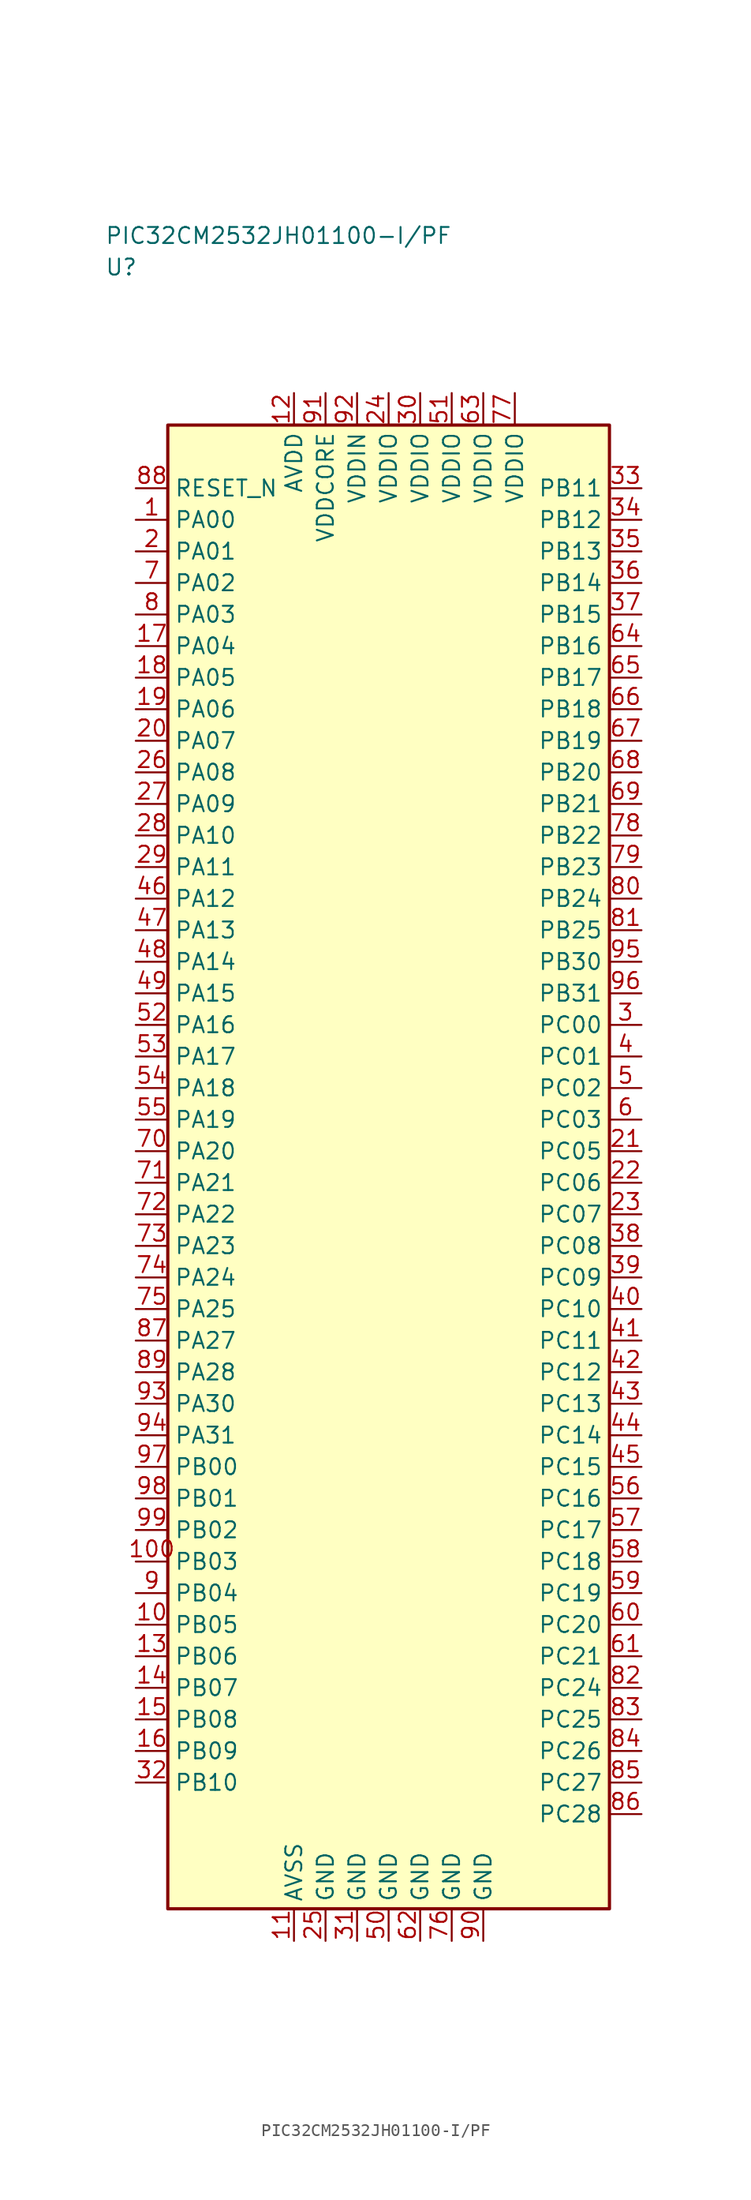
<source format=kicad_sym>
(kicad_symbol_lib
  (version 20241025)
  (generator "kicad_symbol_editor")
  (generator_version "8.0")
  (symbol "PIC32CM2532JH01100-I/PF"
    (property "Reference" "U"
      (at -22.5 71.25 0)
      (effects (font (size 1.27 1.27)) (justify left)))
    (property "Value" "PIC32CM2532JH01100-I/PF"
      (at -22.5 73.75 0)
      (effects (font (size 1.27 1.27)) (justify left)))
    (symbol "PIC32CM2532JH01100-I/PF_0_1"
      (rectangle (start -17.5 58.75) (end 17.5 -58.75) (stroke (width 0.254) (type default)) (fill (type background))))
    (symbol "PIC32CM2532JH01100-I/PF_1_1"
      (pin bidirectional line (at -20.04 51.25 0.0) (length 2.54) (name "PA00" (effects (font (size 1.27 1.27)))) (number "1" (effects (font (size 1.27 1.27)))))
      (pin bidirectional line (at -20.04 48.75 0.0) (length 2.54) (name "PA01" (effects (font (size 1.27 1.27)))) (number "2" (effects (font (size 1.27 1.27)))))
      (pin bidirectional line (at 20.04 11.25 180.0) (length 2.54) (name "PC00" (effects (font (size 1.27 1.27)))) (number "3" (effects (font (size 1.27 1.27)))))
      (pin bidirectional line (at 20.04 8.75 180.0) (length 2.54) (name "PC01" (effects (font (size 1.27 1.27)))) (number "4" (effects (font (size 1.27 1.27)))))
      (pin bidirectional line (at 20.04 6.25 180.0) (length 2.54) (name "PC02" (effects (font (size 1.27 1.27)))) (number "5" (effects (font (size 1.27 1.27)))))
      (pin bidirectional line (at 20.04 3.75 180.0) (length 2.54) (name "PC03" (effects (font (size 1.27 1.27)))) (number "6" (effects (font (size 1.27 1.27)))))
      (pin bidirectional line (at -20.04 46.25 0.0) (length 2.54) (name "PA02" (effects (font (size 1.27 1.27)))) (number "7" (effects (font (size 1.27 1.27)))))
      (pin bidirectional line (at -20.04 43.75 0.0) (length 2.54) (name "PA03" (effects (font (size 1.27 1.27)))) (number "8" (effects (font (size 1.27 1.27)))))
      (pin bidirectional line (at -20.04 -33.75 0.0) (length 2.54) (name "PB04" (effects (font (size 1.27 1.27)))) (number "9" (effects (font (size 1.27 1.27)))))
      (pin bidirectional line (at -20.04 -36.25 0.0) (length 2.54) (name "PB05" (effects (font (size 1.27 1.27)))) (number "10" (effects (font (size 1.27 1.27)))))
      (pin passive line (at -7.5 -61.29 90.0) (length 2.54) (name "AVSS" (effects (font (size 1.27 1.27)))) (number "11" (effects (font (size 1.27 1.27)))))
      (pin power_in line (at -7.5 61.29 270.0) (length 2.54) (name "AVDD" (effects (font (size 1.27 1.27)))) (number "12" (effects (font (size 1.27 1.27)))))
      (pin bidirectional line (at -20.04 -38.75 0.0) (length 2.54) (name "PB06" (effects (font (size 1.27 1.27)))) (number "13" (effects (font (size 1.27 1.27)))))
      (pin bidirectional line (at -20.04 -41.25 0.0) (length 2.54) (name "PB07" (effects (font (size 1.27 1.27)))) (number "14" (effects (font (size 1.27 1.27)))))
      (pin bidirectional line (at -20.04 -43.75 0.0) (length 2.54) (name "PB08" (effects (font (size 1.27 1.27)))) (number "15" (effects (font (size 1.27 1.27)))))
      (pin bidirectional line (at -20.04 -46.25 0.0) (length 2.54) (name "PB09" (effects (font (size 1.27 1.27)))) (number "16" (effects (font (size 1.27 1.27)))))
      (pin bidirectional line (at -20.04 41.25 0.0) (length 2.54) (name "PA04" (effects (font (size 1.27 1.27)))) (number "17" (effects (font (size 1.27 1.27)))))
      (pin bidirectional line (at -20.04 38.75 0.0) (length 2.54) (name "PA05" (effects (font (size 1.27 1.27)))) (number "18" (effects (font (size 1.27 1.27)))))
      (pin bidirectional line (at -20.04 36.25 0.0) (length 2.54) (name "PA06" (effects (font (size 1.27 1.27)))) (number "19" (effects (font (size 1.27 1.27)))))
      (pin bidirectional line (at -20.04 33.75 0.0) (length 2.54) (name "PA07" (effects (font (size 1.27 1.27)))) (number "20" (effects (font (size 1.27 1.27)))))
      (pin bidirectional line (at 20.04 1.25 180.0) (length 2.54) (name "PC05" (effects (font (size 1.27 1.27)))) (number "21" (effects (font (size 1.27 1.27)))))
      (pin bidirectional line (at 20.04 -1.25 180.0) (length 2.54) (name "PC06" (effects (font (size 1.27 1.27)))) (number "22" (effects (font (size 1.27 1.27)))))
      (pin bidirectional line (at 20.04 -3.75 180.0) (length 2.54) (name "PC07" (effects (font (size 1.27 1.27)))) (number "23" (effects (font (size 1.27 1.27)))))
      (pin power_in line (at 0.0 61.29 270.0) (length 2.54) (name "VDDIO" (effects (font (size 1.27 1.27)))) (number "24" (effects (font (size 1.27 1.27)))))
      (pin passive line (at -5.0 -61.29 90.0) (length 2.54) (name "GND" (effects (font (size 1.27 1.27)))) (number "25" (effects (font (size 1.27 1.27)))))
      (pin bidirectional line (at -20.04 31.25 0.0) (length 2.54) (name "PA08" (effects (font (size 1.27 1.27)))) (number "26" (effects (font (size 1.27 1.27)))))
      (pin bidirectional line (at -20.04 28.75 0.0) (length 2.54) (name "PA09" (effects (font (size 1.27 1.27)))) (number "27" (effects (font (size 1.27 1.27)))))
      (pin bidirectional line (at -20.04 26.25 0.0) (length 2.54) (name "PA10" (effects (font (size 1.27 1.27)))) (number "28" (effects (font (size 1.27 1.27)))))
      (pin bidirectional line (at -20.04 23.75 0.0) (length 2.54) (name "PA11" (effects (font (size 1.27 1.27)))) (number "29" (effects (font (size 1.27 1.27)))))
      (pin power_in line (at 2.5 61.29 270.0) (length 2.54) (name "VDDIO" (effects (font (size 1.27 1.27)))) (number "30" (effects (font (size 1.27 1.27)))))
      (pin passive line (at -2.5 -61.29 90.0) (length 2.54) (name "GND" (effects (font (size 1.27 1.27)))) (number "31" (effects (font (size 1.27 1.27)))))
      (pin bidirectional line (at -20.04 -48.75 0.0) (length 2.54) (name "PB10" (effects (font (size 1.27 1.27)))) (number "32" (effects (font (size 1.27 1.27)))))
      (pin bidirectional line (at 20.04 53.75 180.0) (length 2.54) (name "PB11" (effects (font (size 1.27 1.27)))) (number "33" (effects (font (size 1.27 1.27)))))
      (pin bidirectional line (at 20.04 51.25 180.0) (length 2.54) (name "PB12" (effects (font (size 1.27 1.27)))) (number "34" (effects (font (size 1.27 1.27)))))
      (pin bidirectional line (at 20.04 48.75 180.0) (length 2.54) (name "PB13" (effects (font (size 1.27 1.27)))) (number "35" (effects (font (size 1.27 1.27)))))
      (pin bidirectional line (at 20.04 46.25 180.0) (length 2.54) (name "PB14" (effects (font (size 1.27 1.27)))) (number "36" (effects (font (size 1.27 1.27)))))
      (pin bidirectional line (at 20.04 43.75 180.0) (length 2.54) (name "PB15" (effects (font (size 1.27 1.27)))) (number "37" (effects (font (size 1.27 1.27)))))
      (pin bidirectional line (at 20.04 -6.25 180.0) (length 2.54) (name "PC08" (effects (font (size 1.27 1.27)))) (number "38" (effects (font (size 1.27 1.27)))))
      (pin bidirectional line (at 20.04 -8.75 180.0) (length 2.54) (name "PC09" (effects (font (size 1.27 1.27)))) (number "39" (effects (font (size 1.27 1.27)))))
      (pin bidirectional line (at 20.04 -11.25 180.0) (length 2.54) (name "PC10" (effects (font (size 1.27 1.27)))) (number "40" (effects (font (size 1.27 1.27)))))
      (pin bidirectional line (at 20.04 -13.75 180.0) (length 2.54) (name "PC11" (effects (font (size 1.27 1.27)))) (number "41" (effects (font (size 1.27 1.27)))))
      (pin bidirectional line (at 20.04 -16.25 180.0) (length 2.54) (name "PC12" (effects (font (size 1.27 1.27)))) (number "42" (effects (font (size 1.27 1.27)))))
      (pin bidirectional line (at 20.04 -18.75 180.0) (length 2.54) (name "PC13" (effects (font (size 1.27 1.27)))) (number "43" (effects (font (size 1.27 1.27)))))
      (pin bidirectional line (at 20.04 -21.25 180.0) (length 2.54) (name "PC14" (effects (font (size 1.27 1.27)))) (number "44" (effects (font (size 1.27 1.27)))))
      (pin bidirectional line (at 20.04 -23.75 180.0) (length 2.54) (name "PC15" (effects (font (size 1.27 1.27)))) (number "45" (effects (font (size 1.27 1.27)))))
      (pin bidirectional line (at -20.04 21.25 0.0) (length 2.54) (name "PA12" (effects (font (size 1.27 1.27)))) (number "46" (effects (font (size 1.27 1.27)))))
      (pin bidirectional line (at -20.04 18.75 0.0) (length 2.54) (name "PA13" (effects (font (size 1.27 1.27)))) (number "47" (effects (font (size 1.27 1.27)))))
      (pin bidirectional line (at -20.04 16.25 0.0) (length 2.54) (name "PA14" (effects (font (size 1.27 1.27)))) (number "48" (effects (font (size 1.27 1.27)))))
      (pin bidirectional line (at -20.04 13.75 0.0) (length 2.54) (name "PA15" (effects (font (size 1.27 1.27)))) (number "49" (effects (font (size 1.27 1.27)))))
      (pin passive line (at 0.0 -61.29 90.0) (length 2.54) (name "GND" (effects (font (size 1.27 1.27)))) (number "50" (effects (font (size 1.27 1.27)))))
      (pin power_in line (at 5.0 61.29 270.0) (length 2.54) (name "VDDIO" (effects (font (size 1.27 1.27)))) (number "51" (effects (font (size 1.27 1.27)))))
      (pin bidirectional line (at -20.04 11.25 0.0) (length 2.54) (name "PA16" (effects (font (size 1.27 1.27)))) (number "52" (effects (font (size 1.27 1.27)))))
      (pin bidirectional line (at -20.04 8.75 0.0) (length 2.54) (name "PA17" (effects (font (size 1.27 1.27)))) (number "53" (effects (font (size 1.27 1.27)))))
      (pin bidirectional line (at -20.04 6.25 0.0) (length 2.54) (name "PA18" (effects (font (size 1.27 1.27)))) (number "54" (effects (font (size 1.27 1.27)))))
      (pin bidirectional line (at -20.04 3.75 0.0) (length 2.54) (name "PA19" (effects (font (size 1.27 1.27)))) (number "55" (effects (font (size 1.27 1.27)))))
      (pin bidirectional line (at 20.04 -26.25 180.0) (length 2.54) (name "PC16" (effects (font (size 1.27 1.27)))) (number "56" (effects (font (size 1.27 1.27)))))
      (pin bidirectional line (at 20.04 -28.75 180.0) (length 2.54) (name "PC17" (effects (font (size 1.27 1.27)))) (number "57" (effects (font (size 1.27 1.27)))))
      (pin bidirectional line (at 20.04 -31.25 180.0) (length 2.54) (name "PC18" (effects (font (size 1.27 1.27)))) (number "58" (effects (font (size 1.27 1.27)))))
      (pin bidirectional line (at 20.04 -33.75 180.0) (length 2.54) (name "PC19" (effects (font (size 1.27 1.27)))) (number "59" (effects (font (size 1.27 1.27)))))
      (pin bidirectional line (at 20.04 -36.25 180.0) (length 2.54) (name "PC20" (effects (font (size 1.27 1.27)))) (number "60" (effects (font (size 1.27 1.27)))))
      (pin bidirectional line (at 20.04 -38.75 180.0) (length 2.54) (name "PC21" (effects (font (size 1.27 1.27)))) (number "61" (effects (font (size 1.27 1.27)))))
      (pin passive line (at 2.5 -61.29 90.0) (length 2.54) (name "GND" (effects (font (size 1.27 1.27)))) (number "62" (effects (font (size 1.27 1.27)))))
      (pin power_in line (at 7.5 61.29 270.0) (length 2.54) (name "VDDIO" (effects (font (size 1.27 1.27)))) (number "63" (effects (font (size 1.27 1.27)))))
      (pin bidirectional line (at 20.04 41.25 180.0) (length 2.54) (name "PB16" (effects (font (size 1.27 1.27)))) (number "64" (effects (font (size 1.27 1.27)))))
      (pin bidirectional line (at 20.04 38.75 180.0) (length 2.54) (name "PB17" (effects (font (size 1.27 1.27)))) (number "65" (effects (font (size 1.27 1.27)))))
      (pin bidirectional line (at 20.04 36.25 180.0) (length 2.54) (name "PB18" (effects (font (size 1.27 1.27)))) (number "66" (effects (font (size 1.27 1.27)))))
      (pin bidirectional line (at 20.04 33.75 180.0) (length 2.54) (name "PB19" (effects (font (size 1.27 1.27)))) (number "67" (effects (font (size 1.27 1.27)))))
      (pin bidirectional line (at 20.04 31.25 180.0) (length 2.54) (name "PB20" (effects (font (size 1.27 1.27)))) (number "68" (effects (font (size 1.27 1.27)))))
      (pin bidirectional line (at 20.04 28.75 180.0) (length 2.54) (name "PB21" (effects (font (size 1.27 1.27)))) (number "69" (effects (font (size 1.27 1.27)))))
      (pin bidirectional line (at -20.04 1.25 0.0) (length 2.54) (name "PA20" (effects (font (size 1.27 1.27)))) (number "70" (effects (font (size 1.27 1.27)))))
      (pin bidirectional line (at -20.04 -1.25 0.0) (length 2.54) (name "PA21" (effects (font (size 1.27 1.27)))) (number "71" (effects (font (size 1.27 1.27)))))
      (pin bidirectional line (at -20.04 -3.75 0.0) (length 2.54) (name "PA22" (effects (font (size 1.27 1.27)))) (number "72" (effects (font (size 1.27 1.27)))))
      (pin bidirectional line (at -20.04 -6.25 0.0) (length 2.54) (name "PA23" (effects (font (size 1.27 1.27)))) (number "73" (effects (font (size 1.27 1.27)))))
      (pin bidirectional line (at -20.04 -8.75 0.0) (length 2.54) (name "PA24" (effects (font (size 1.27 1.27)))) (number "74" (effects (font (size 1.27 1.27)))))
      (pin bidirectional line (at -20.04 -11.25 0.0) (length 2.54) (name "PA25" (effects (font (size 1.27 1.27)))) (number "75" (effects (font (size 1.27 1.27)))))
      (pin passive line (at 5.0 -61.29 90.0) (length 2.54) (name "GND" (effects (font (size 1.27 1.27)))) (number "76" (effects (font (size 1.27 1.27)))))
      (pin power_in line (at 10.0 61.29 270.0) (length 2.54) (name "VDDIO" (effects (font (size 1.27 1.27)))) (number "77" (effects (font (size 1.27 1.27)))))
      (pin bidirectional line (at 20.04 26.25 180.0) (length 2.54) (name "PB22" (effects (font (size 1.27 1.27)))) (number "78" (effects (font (size 1.27 1.27)))))
      (pin bidirectional line (at 20.04 23.75 180.0) (length 2.54) (name "PB23" (effects (font (size 1.27 1.27)))) (number "79" (effects (font (size 1.27 1.27)))))
      (pin bidirectional line (at 20.04 21.25 180.0) (length 2.54) (name "PB24" (effects (font (size 1.27 1.27)))) (number "80" (effects (font (size 1.27 1.27)))))
      (pin bidirectional line (at 20.04 18.75 180.0) (length 2.54) (name "PB25" (effects (font (size 1.27 1.27)))) (number "81" (effects (font (size 1.27 1.27)))))
      (pin bidirectional line (at 20.04 -41.25 180.0) (length 2.54) (name "PC24" (effects (font (size 1.27 1.27)))) (number "82" (effects (font (size 1.27 1.27)))))
      (pin bidirectional line (at 20.04 -43.75 180.0) (length 2.54) (name "PC25" (effects (font (size 1.27 1.27)))) (number "83" (effects (font (size 1.27 1.27)))))
      (pin bidirectional line (at 20.04 -46.25 180.0) (length 2.54) (name "PC26" (effects (font (size 1.27 1.27)))) (number "84" (effects (font (size 1.27 1.27)))))
      (pin bidirectional line (at 20.04 -48.75 180.0) (length 2.54) (name "PC27" (effects (font (size 1.27 1.27)))) (number "85" (effects (font (size 1.27 1.27)))))
      (pin bidirectional line (at 20.04 -51.25 180.0) (length 2.54) (name "PC28" (effects (font (size 1.27 1.27)))) (number "86" (effects (font (size 1.27 1.27)))))
      (pin bidirectional line (at -20.04 -13.75 0.0) (length 2.54) (name "PA27" (effects (font (size 1.27 1.27)))) (number "87" (effects (font (size 1.27 1.27)))))
      (pin input line (at -20.04 53.75 0.0) (length 2.54) (name "RESET_N" (effects (font (size 1.27 1.27)))) (number "88" (effects (font (size 1.27 1.27)))))
      (pin bidirectional line (at -20.04 -16.25 0.0) (length 2.54) (name "PA28" (effects (font (size 1.27 1.27)))) (number "89" (effects (font (size 1.27 1.27)))))
      (pin passive line (at 7.5 -61.29 90.0) (length 2.54) (name "GND" (effects (font (size 1.27 1.27)))) (number "90" (effects (font (size 1.27 1.27)))))
      (pin power_in line (at -5.0 61.29 270.0) (length 2.54) (name "VDDCORE" (effects (font (size 1.27 1.27)))) (number "91" (effects (font (size 1.27 1.27)))))
      (pin power_in line (at -2.5 61.29 270.0) (length 2.54) (name "VDDIN" (effects (font (size 1.27 1.27)))) (number "92" (effects (font (size 1.27 1.27)))))
      (pin bidirectional line (at -20.04 -18.75 0.0) (length 2.54) (name "PA30" (effects (font (size 1.27 1.27)))) (number "93" (effects (font (size 1.27 1.27)))))
      (pin bidirectional line (at -20.04 -21.25 0.0) (length 2.54) (name "PA31" (effects (font (size 1.27 1.27)))) (number "94" (effects (font (size 1.27 1.27)))))
      (pin bidirectional line (at 20.04 16.25 180.0) (length 2.54) (name "PB30" (effects (font (size 1.27 1.27)))) (number "95" (effects (font (size 1.27 1.27)))))
      (pin bidirectional line (at 20.04 13.75 180.0) (length 2.54) (name "PB31" (effects (font (size 1.27 1.27)))) (number "96" (effects (font (size 1.27 1.27)))))
      (pin bidirectional line (at -20.04 -23.75 0.0) (length 2.54) (name "PB00" (effects (font (size 1.27 1.27)))) (number "97" (effects (font (size 1.27 1.27)))))
      (pin bidirectional line (at -20.04 -26.25 0.0) (length 2.54) (name "PB01" (effects (font (size 1.27 1.27)))) (number "98" (effects (font (size 1.27 1.27)))))
      (pin bidirectional line (at -20.04 -28.75 0.0) (length 2.54) (name "PB02" (effects (font (size 1.27 1.27)))) (number "99" (effects (font (size 1.27 1.27)))))
      (pin bidirectional line (at -20.04 -31.25 0.0) (length 2.54) (name "PB03" (effects (font (size 1.27 1.27)))) (number "100" (effects (font (size 1.27 1.27))))))))
</source>
